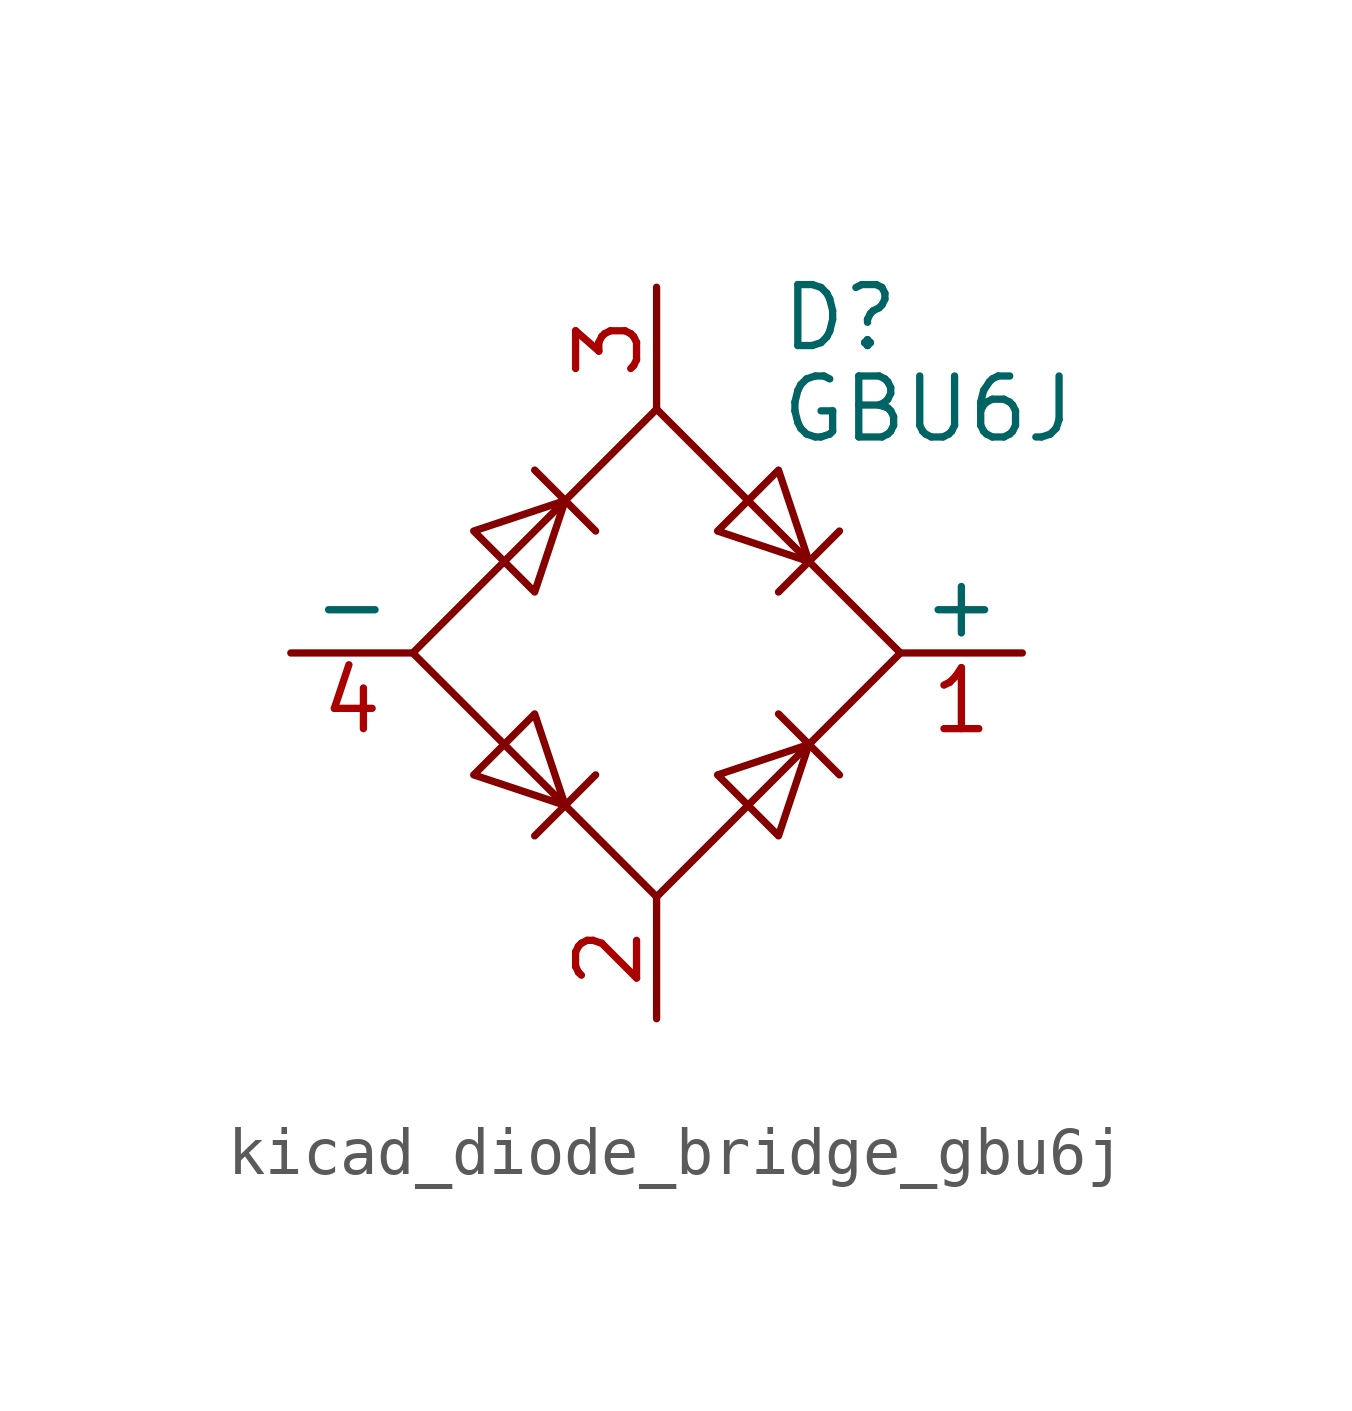
<source format=kicad_sym>
(kicad_symbol_lib
  (version 20220914)
  (generator kicad_symbol_editor)
  (symbol "kicad_diode_bridge_gbu6j"
    (pin_names
      (offset 0))
    (property "Reference" "D"
      (at 2.54 6.985 0)
      (effects (font (size 1.27 1.27)) (justify left)))
    (property "Value" "GBU6J"
      (at 2.54 5.08 0)
      (effects (font (size 1.27 1.27)) (justify left)))
    (symbol "kicad_diode_bridge_gbu6j_0_1"
      (polyline (pts (xy -2.54 3.81) (xy -1.27 2.54)) (stroke (width 0) (type default)) (fill (type none)))
      (polyline (pts (xy -1.27 -2.54) (xy -2.54 -3.81)) (stroke (width 0) (type default)) (fill (type none)))
      (polyline (pts (xy 2.54 -1.27) (xy 3.81 -2.54)) (stroke (width 0) (type default)) (fill (type none)))
      (polyline (pts (xy 2.54 1.27) (xy 3.81 2.54)) (stroke (width 0) (type default)) (fill (type none)))
      (polyline (pts (xy -3.81 2.54) (xy -2.54 1.27) (xy -1.905 3.175) (xy -3.81 2.54)) (stroke (width 0) (type default)) (fill (type none)))
      (polyline (pts (xy -2.54 -1.27) (xy -3.81 -2.54) (xy -1.905 -3.175) (xy -2.54 -1.27)) (stroke (width 0) (type default)) (fill (type none)))
      (polyline (pts (xy 1.27 2.54) (xy 2.54 3.81) (xy 3.175 1.905) (xy 1.27 2.54)) (stroke (width 0) (type default)) (fill (type none)))
      (polyline (pts (xy 3.175 -1.905) (xy 1.27 -2.54) (xy 2.54 -3.81) (xy 3.175 -1.905)) (stroke (width 0) (type default)) (fill (type none)))
      (polyline (pts (xy -5.08 0) (xy 0 -5.08) (xy 5.08 0) (xy 0 5.08) (xy -5.08 0)) (stroke (width 0) (type default)) (fill (type none))))
    (symbol "kicad_diode_bridge_gbu6j_1_1"
      (pin passive line (at 7.62 0 180) (length 2.54) (name "+" (effects (font (size 1.27 1.27)))) (number "1" (effects (font (size 1.27 1.27)))))
      (pin passive line (at 0 -7.62 90) (length 2.54) (name "~" (effects (font (size 1.27 1.27)))) (number "2" (effects (font (size 1.27 1.27)))))
      (pin passive line (at 0 7.62 270) (length 2.54) (name "~" (effects (font (size 1.27 1.27)))) (number "3" (effects (font (size 1.27 1.27)))))
      (pin passive line (at -7.62 0 0) (length 2.54) (name "-" (effects (font (size 1.27 1.27)))) (number "4" (effects (font (size 1.27 1.27))))))))
</source>
